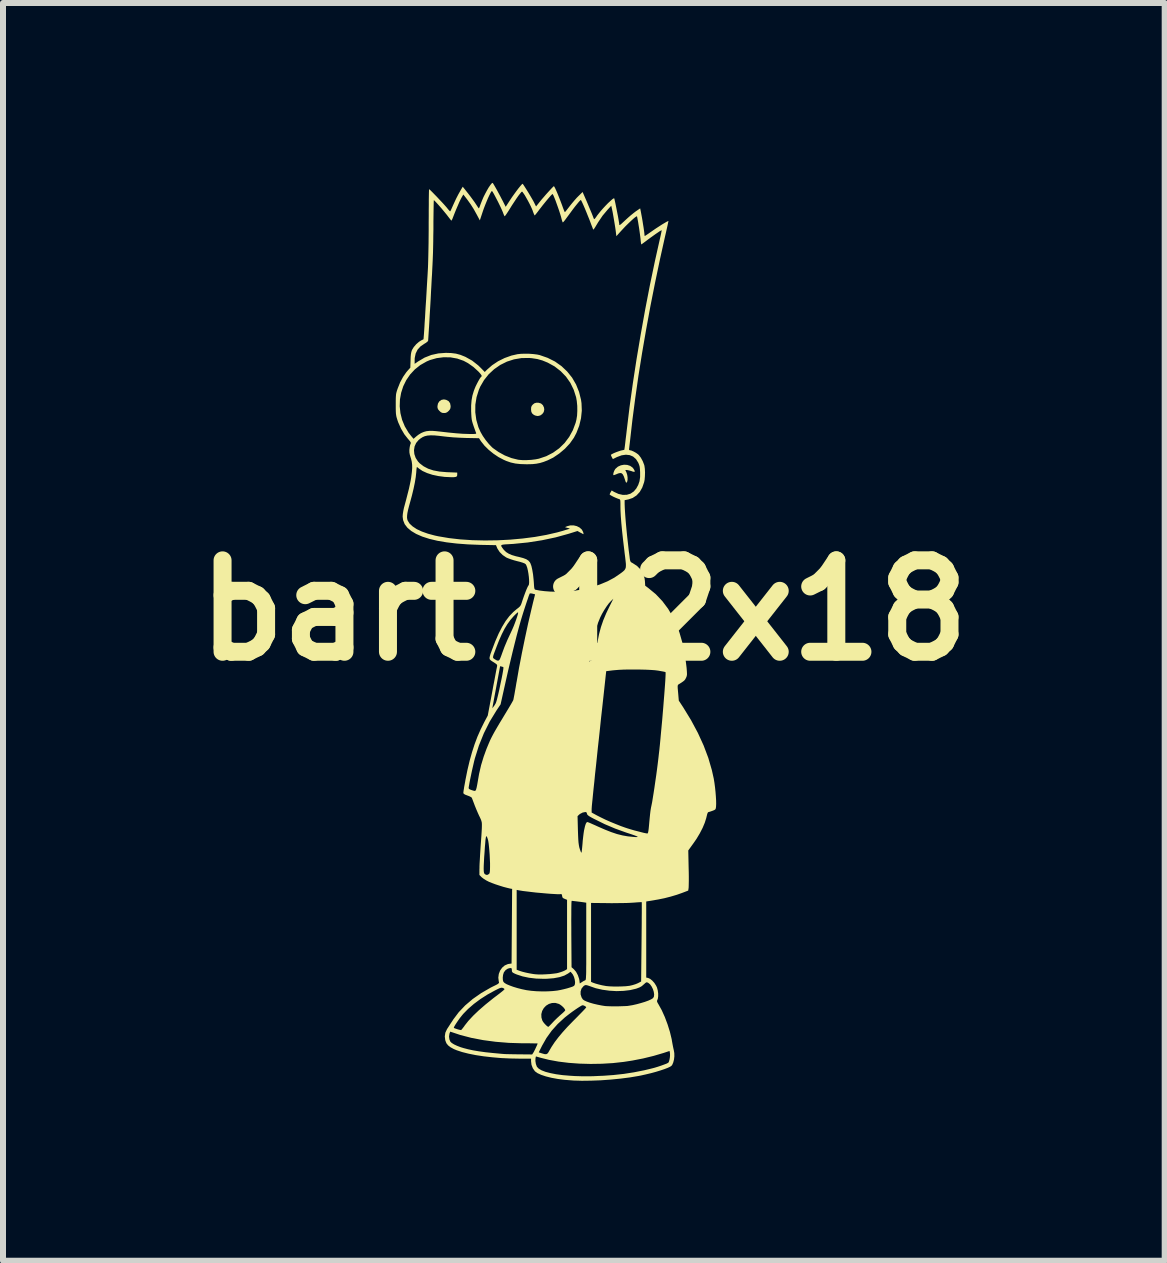
<source format=kicad_pcb>
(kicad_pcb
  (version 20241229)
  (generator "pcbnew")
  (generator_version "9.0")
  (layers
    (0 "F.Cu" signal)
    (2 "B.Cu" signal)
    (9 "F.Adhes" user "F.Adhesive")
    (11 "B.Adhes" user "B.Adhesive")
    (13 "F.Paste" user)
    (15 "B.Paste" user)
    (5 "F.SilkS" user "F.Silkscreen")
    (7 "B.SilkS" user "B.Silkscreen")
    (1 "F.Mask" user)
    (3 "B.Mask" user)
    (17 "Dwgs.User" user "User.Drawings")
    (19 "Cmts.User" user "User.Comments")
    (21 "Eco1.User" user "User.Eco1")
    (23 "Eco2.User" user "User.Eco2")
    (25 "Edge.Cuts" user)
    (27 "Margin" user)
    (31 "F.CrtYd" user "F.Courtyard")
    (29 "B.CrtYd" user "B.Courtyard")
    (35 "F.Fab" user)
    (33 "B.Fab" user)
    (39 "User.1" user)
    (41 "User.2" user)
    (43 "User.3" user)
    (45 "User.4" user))
  (footprint "bart 12x18"
    (layer "F.Cu")
    (at 6.684 7.127)
    (property "Reference" "bart 12x18" (at 0 0 0) (layer "F.SilkS") (effects (font (size 1.524 1.524) (thickness 0.3))))
    (attr board_only exclude_from_pos_files exclude_from_bom)
    (fp_poly (pts (xy -2.296 -3.511) (xy -2.255 -3.489) (xy -2.23 -3.454) (xy -2.221 -3.407) (xy -2.221 -3.404) (xy -2.224 -3.372) (xy -2.235 -3.348) (xy -2.255 -3.325) (xy -2.281 -3.303) (xy -2.306 -3.293) (xy -2.331 -3.291) (xy -2.362 -3.294) (xy -2.386 -3.306) (xy -2.407 -3.325) (xy -2.429 -3.351) (xy -2.439 -3.375) (xy -2.441 -3.404) (xy -2.432 -3.45) (xy -2.409 -3.486) (xy -2.375 -3.51) (xy -2.333 -3.518)) (stroke (width 0) (type solid)) (fill yes) (layer "F.SilkS"))
    (fp_poly (pts (xy -0.755 -3.462) (xy -0.714 -3.45) (xy -0.683 -3.422) (xy -0.664 -3.381) (xy -0.66 -3.346) (xy -0.669 -3.307) (xy -0.694 -3.273) (xy -0.728 -3.25) (xy -0.767 -3.241) (xy -0.8 -3.246) (xy -0.828 -3.257) (xy -0.831 -3.258) (xy -0.86 -3.282) (xy -0.875 -3.309) (xy -0.88 -3.345) (xy -0.88 -3.355) (xy -0.878 -3.388) (xy -0.868 -3.412) (xy -0.851 -3.432) (xy -0.825 -3.453) (xy -0.795 -3.462)) (stroke (width 0) (type solid)) (fill yes) (layer "F.SilkS"))
    (fp_poly (pts (xy 0.723 -2.426) (xy 0.772 -2.41) (xy 0.812 -2.382) (xy 0.83 -2.359) (xy 0.846 -2.33) (xy 0.849 -2.314) (xy 0.837 -2.31) (xy 0.808 -2.317) (xy 0.796 -2.322) (xy 0.761 -2.332) (xy 0.73 -2.339) (xy 0.716 -2.341) (xy 0.691 -2.341) (xy 0.711 -2.298) (xy 0.723 -2.26) (xy 0.729 -2.218) (xy 0.729 -2.177) (xy 0.722 -2.145) (xy 0.717 -2.137) (xy 0.71 -2.129) (xy 0.703 -2.133) (xy 0.695 -2.15) (xy 0.686 -2.178) (xy 0.668 -2.231) (xy 0.65 -2.267) (xy 0.631 -2.286) (xy 0.606 -2.291) (xy 0.574 -2.284) (xy 0.541 -2.27) (xy 0.515 -2.26) (xy 0.497 -2.255) (xy 0.493 -2.255) (xy 0.49 -2.27) (xy 0.495 -2.296) (xy 0.506 -2.326) (xy 0.521 -2.353) (xy 0.528 -2.362) (xy 0.568 -2.397) (xy 0.617 -2.419) (xy 0.67 -2.429)) (stroke (width 0) (type solid)) (fill yes) (layer "F.SilkS"))
    (fp_poly (pts (xy -1.512 -7.117) (xy -1.497 -7.092) (xy -1.476 -7.056) (xy -1.451 -7.012) (xy -1.424 -6.962) (xy -1.397 -6.912) (xy -1.371 -6.862) (xy -1.347 -6.817) (xy -1.338 -6.798) (xy -1.303 -6.729) (xy -1.229 -6.843) (xy -1.197 -6.891) (xy -1.162 -6.94) (xy -1.127 -6.988) (xy -1.094 -7.032) (xy -1.064 -7.069) (xy -1.041 -7.096) (xy -1.026 -7.111) (xy -1.022 -7.113) (xy -1.014 -7.105) (xy -0.998 -7.082) (xy -0.977 -7.049) (xy -0.951 -7.008) (xy -0.923 -6.963) (xy -0.895 -6.916) (xy -0.868 -6.87) (xy -0.845 -6.83) (xy -0.828 -6.798) (xy -0.825 -6.791) (xy -0.797 -6.735) (xy -0.732 -6.816) (xy -0.703 -6.852) (xy -0.668 -6.892) (xy -0.632 -6.934) (xy -0.595 -6.975) (xy -0.561 -7.012) (xy -0.532 -7.043) (xy -0.511 -7.064) (xy -0.5 -7.073) (xy -0.499 -7.073) (xy -0.492 -7.064) (xy -0.479 -7.04) (xy -0.462 -7.003) (xy -0.442 -6.957) (xy -0.421 -6.905) (xy -0.399 -6.85) (xy -0.378 -6.795) (xy -0.364 -6.758) (xy -0.348 -6.713) (xy -0.334 -6.676) (xy -0.323 -6.65) (xy -0.316 -6.64) (xy -0.316 -6.64) (xy -0.308 -6.648) (xy -0.29 -6.67) (xy -0.266 -6.701) (xy -0.237 -6.738) (xy -0.236 -6.74) (xy -0.198 -6.787) (xy -0.156 -6.837) (xy -0.116 -6.882) (xy -0.091 -6.907) (xy -0.021 -6.976) (xy 0.005 -6.917) (xy 0.022 -6.878) (xy 0.043 -6.83) (xy 0.066 -6.776) (xy 0.089 -6.72) (xy 0.112 -6.666) (xy 0.133 -6.616) (xy 0.149 -6.575) (xy 0.16 -6.546) (xy 0.165 -6.535) (xy 0.169 -6.525) (xy 0.176 -6.525) (xy 0.187 -6.535) (xy 0.205 -6.559) (xy 0.221 -6.583) (xy 0.251 -6.621) (xy 0.286 -6.664) (xy 0.325 -6.708) (xy 0.365 -6.751) (xy 0.404 -6.791) (xy 0.441 -6.825) (xy 0.471 -6.852) (xy 0.493 -6.868) (xy 0.505 -6.871) (xy 0.506 -6.87) (xy 0.51 -6.859) (xy 0.516 -6.831) (xy 0.525 -6.791) (xy 0.535 -6.742) (xy 0.546 -6.687) (xy 0.557 -6.63) (xy 0.568 -6.575) (xy 0.577 -6.524) (xy 0.584 -6.482) (xy 0.589 -6.452) (xy 0.59 -6.439) (xy 0.591 -6.428) (xy 0.595 -6.424) (xy 0.604 -6.428) (xy 0.621 -6.441) (xy 0.647 -6.465) (xy 0.686 -6.501) (xy 0.689 -6.504) (xy 0.734 -6.545) (xy 0.782 -6.587) (xy 0.828 -6.624) (xy 0.863 -6.651) (xy 0.939 -6.703) (xy 0.95 -6.65) (xy 0.958 -6.606) (xy 0.968 -6.553) (xy 0.978 -6.495) (xy 0.987 -6.437) (xy 0.996 -6.381) (xy 1.003 -6.333) (xy 1.008 -6.295) (xy 1.01 -6.273) (xy 1.01 -6.272) (xy 1.012 -6.251) (xy 1.016 -6.242) (xy 1.026 -6.248) (xy 1.049 -6.263) (xy 1.08 -6.284) (xy 1.104 -6.301) (xy 1.153 -6.335) (xy 1.204 -6.37) (xy 1.255 -6.403) (xy 1.303 -6.434) (xy 1.345 -6.459) (xy 1.379 -6.479) (xy 1.402 -6.49) (xy 1.411 -6.493) (xy 1.411 -6.492) (xy 1.408 -6.48) (xy 1.402 -6.451) (xy 1.393 -6.408) (xy 1.381 -6.355) (xy 1.367 -6.292) (xy 1.356 -6.245) (xy 1.27 -5.858) (xy 1.188 -5.467) (xy 1.11 -5.074) (xy 1.038 -4.681) (xy 0.971 -4.293) (xy 0.91 -3.911) (xy 0.857 -3.539) (xy 0.81 -3.18) (xy 0.776 -2.881) (xy 0.77 -2.827) (xy 0.764 -2.777) (xy 0.759 -2.736) (xy 0.756 -2.709) (xy 0.755 -2.704) (xy 0.753 -2.681) (xy 0.76 -2.672) (xy 0.767 -2.671) (xy 0.794 -2.665) (xy 0.83 -2.649) (xy 0.868 -2.628) (xy 0.902 -2.604) (xy 0.917 -2.59) (xy 0.951 -2.545) (xy 0.982 -2.488) (xy 1.005 -2.429) (xy 1.01 -2.411) (xy 1.017 -2.361) (xy 1.02 -2.301) (xy 1.018 -2.237) (xy 1.013 -2.178) (xy 1.005 -2.138) (xy 0.974 -2.049) (xy 0.932 -1.975) (xy 0.878 -1.917) (xy 0.814 -1.875) (xy 0.741 -1.85) (xy 0.739 -1.85) (xy 0.68 -1.838) (xy 0.68 -1.777) (xy 0.682 -1.721) (xy 0.686 -1.649) (xy 0.692 -1.562) (xy 0.7 -1.463) (xy 0.71 -1.356) (xy 0.721 -1.244) (xy 0.734 -1.128) (xy 0.747 -1.012) (xy 0.762 -0.898) (xy 0.762 -0.897) (xy 0.767 -0.855) (xy 0.773 -0.828) (xy 0.78 -0.812) (xy 0.791 -0.801) (xy 0.808 -0.792) (xy 0.81 -0.791) (xy 0.886 -0.742) (xy 0.945 -0.683) (xy 0.987 -0.614) (xy 1.012 -0.536) (xy 1.018 -0.491) (xy 1.023 -0.412) (xy 1.074 -0.374) (xy 1.199 -0.271) (xy 1.309 -0.155) (xy 1.405 -0.027) (xy 1.488 0.115) (xy 1.559 0.272) (xy 1.595 0.372) (xy 1.646 0.55) (xy 1.685 0.743) (xy 1.705 0.89) (xy 1.713 0.957) (xy 1.717 1.008) (xy 1.719 1.045) (xy 1.719 1.073) (xy 1.715 1.095) (xy 1.708 1.114) (xy 1.7 1.131) (xy 1.689 1.151) (xy 1.675 1.168) (xy 1.654 1.185) (xy 1.622 1.207) (xy 1.577 1.235) (xy 1.576 1.235) (xy 1.57 1.241) (xy 1.566 1.251) (xy 1.564 1.269) (xy 1.565 1.298) (xy 1.569 1.342) (xy 1.572 1.375) (xy 1.583 1.504) (xy 1.656 1.615) (xy 1.787 1.829) (xy 1.901 2.042) (xy 1.997 2.252) (xy 2.075 2.459) (xy 2.134 2.662) (xy 2.166 2.805) (xy 2.177 2.873) (xy 2.187 2.948) (xy 2.195 3.025) (xy 2.201 3.1) (xy 2.205 3.168) (xy 2.206 3.225) (xy 2.204 3.268) (xy 2.204 3.271) (xy 2.2 3.299) (xy 2.193 3.316) (xy 2.178 3.327) (xy 2.15 3.339) (xy 2.144 3.341) (xy 2.113 3.352) (xy 2.09 3.359) (xy 2.081 3.361) (xy 2.073 3.364) (xy 2.065 3.374) (xy 2.057 3.395) (xy 2.048 3.431) (xy 2.04 3.464) (xy 2.016 3.54) (xy 1.98 3.626) (xy 1.933 3.717) (xy 1.878 3.809) (xy 1.826 3.884) (xy 1.741 4.002) (xy 1.747 4.289) (xy 1.749 4.366) (xy 1.75 4.438) (xy 1.75 4.503) (xy 1.749 4.557) (xy 1.748 4.598) (xy 1.747 4.622) (xy 1.747 4.624) (xy 1.74 4.671) (xy 1.638 4.71) (xy 1.55 4.741) (xy 1.449 4.771) (xy 1.344 4.798) (xy 1.241 4.819) (xy 1.2 4.826) (xy 1.155 4.834) (xy 1.113 4.841) (xy 1.082 4.846) (xy 1.073 4.847) (xy 1.04 4.853) (xy 1.04 6.121) (xy 1.072 6.128) (xy 1.105 6.143) (xy 1.141 6.172) (xy 1.176 6.211) (xy 1.204 6.255) (xy 1.219 6.286) (xy 1.232 6.334) (xy 1.239 6.385) (xy 1.239 6.435) (xy 1.233 6.476) (xy 1.226 6.492) (xy 1.22 6.508) (xy 1.221 6.523) (xy 1.231 6.545) (xy 1.242 6.563) (xy 1.298 6.664) (xy 1.35 6.779) (xy 1.396 6.902) (xy 1.435 7.027) (xy 1.464 7.147) (xy 1.469 7.178) (xy 1.478 7.228) (xy 1.487 7.275) (xy 1.495 7.312) (xy 1.5 7.333) (xy 1.508 7.38) (xy 1.509 7.434) (xy 1.503 7.488) (xy 1.49 7.538) (xy 1.473 7.577) (xy 1.461 7.592) (xy 1.438 7.608) (xy 1.397 7.627) (xy 1.342 7.648) (xy 1.276 7.67) (xy 1.201 7.693) (xy 1.12 7.715) (xy 1.036 7.735) (xy 0.951 7.754) (xy 0.91 7.762) (xy 0.766 7.786) (xy 0.61 7.806) (xy 0.447 7.822) (xy 0.282 7.834) (xy 0.121 7.84) (xy -0.032 7.842) (xy -0.172 7.838) (xy -0.195 7.836) (xy -0.321 7.826) (xy -0.437 7.811) (xy -0.541 7.792) (xy -0.633 7.769) (xy -0.711 7.743) (xy -0.772 7.715) (xy -0.815 7.684) (xy -0.818 7.68) (xy -0.851 7.633) (xy -0.873 7.575) (xy -0.88 7.517) (xy -0.88 7.511) (xy -0.808 7.511) (xy -0.8 7.561) (xy -0.784 7.605) (xy -0.781 7.61) (xy -0.752 7.64) (xy -0.704 7.668) (xy -0.639 7.693) (xy -0.558 7.714) (xy -0.462 7.733) (xy -0.351 7.748) (xy -0.228 7.758) (xy -0.15 7.763) (xy -0.083 7.765) (xy -0.022 7.767) (xy 0.037 7.767) (xy 0.1 7.767) (xy 0.171 7.765) (xy 0.253 7.761) (xy 0.33 7.758) (xy 0.494 7.746) (xy 0.667 7.727) (xy 0.84 7.7) (xy 1.006 7.667) (xy 1.115 7.641) (xy 1.174 7.626) (xy 1.233 7.608) (xy 1.29 7.589) (xy 1.339 7.571) (xy 1.379 7.556) (xy 1.404 7.543) (xy 1.408 7.541) (xy 1.418 7.524) (xy 1.427 7.493) (xy 1.434 7.455) (xy 1.437 7.417) (xy 1.436 7.385) (xy 1.436 7.384) (xy 1.429 7.345) (xy 1.326 7.379) (xy 1.163 7.427) (xy 0.987 7.47) (xy 0.807 7.505) (xy 0.665 7.527) (xy 0.484 7.547) (xy 0.299 7.558) (xy 0.112 7.561) (xy -0.073 7.556) (xy -0.252 7.543) (xy -0.423 7.522) (xy -0.581 7.493) (xy -0.718 7.459) (xy -0.799 7.436) (xy -0.806 7.465) (xy -0.808 7.511) (xy -0.88 7.511) (xy -0.88 7.473) (xy -1.073 7.473) (xy -1.228 7.47) (xy -1.38 7.463) (xy -1.528 7.45) (xy -1.67 7.434) (xy -1.802 7.414) (xy -1.922 7.39) (xy -2.029 7.363) (xy -2.12 7.333) (xy -2.166 7.314) (xy -2.223 7.283) (xy -2.263 7.252) (xy -2.291 7.217) (xy -2.308 7.174) (xy -2.311 7.163) (xy -2.318 7.105) (xy -2.248 7.105) (xy -2.241 7.153) (xy -2.225 7.19) (xy -2.203 7.211) (xy -2.165 7.235) (xy -2.114 7.259) (xy -2.054 7.282) (xy -2.005 7.297) (xy -1.928 7.317) (xy -1.844 7.335) (xy -1.748 7.351) (xy -1.64 7.366) (xy -1.516 7.379) (xy -1.376 7.392) (xy -1.326 7.396) (xy -1.304 7.397) (xy -1.265 7.398) (xy -1.214 7.399) (xy -1.154 7.4) (xy -1.089 7.401) (xy -1.074 7.401) (xy -0.862 7.403) (xy -0.843 7.375) (xy -0.839 7.368) (xy -0.752 7.368) (xy -0.699 7.385) (xy -0.657 7.397) (xy -0.629 7.399) (xy -0.608 7.389) (xy -0.591 7.368) (xy -0.583 7.353) (xy -0.538 7.276) (xy -0.487 7.199) (xy -0.427 7.12) (xy -0.357 7.036) (xy -0.275 6.945) (xy -0.179 6.846) (xy -0.141 6.808) (xy -0.092 6.758) (xy -0.048 6.713) (xy -0.011 6.675) (xy 0.018 6.644) (xy 0.035 6.624) (xy 0.04 6.617) (xy 0.032 6.606) (xy 0.012 6.593) (xy -0.01 6.584) (xy -0.022 6.583) (xy -0.037 6.588) (xy -0.064 6.604) (xy -0.102 6.628) (xy -0.145 6.657) (xy -0.192 6.69) (xy -0.239 6.725) (xy -0.283 6.759) (xy -0.316 6.785) (xy -0.435 6.894) (xy -0.537 7.008) (xy -0.623 7.128) (xy -0.696 7.256) (xy -0.752 7.368) (xy -0.839 7.368) (xy -0.833 7.358) (xy -0.819 7.33) (xy -0.803 7.297) (xy -0.788 7.264) (xy -0.776 7.237) (xy -0.771 7.221) (xy -0.77 7.22) (xy -0.78 7.219) (xy -0.807 7.219) (xy -0.848 7.218) (xy -0.902 7.217) (xy -0.964 7.217) (xy -1.018 7.217) (xy -1.248 7.21) (xy -1.469 7.192) (xy -1.679 7.164) (xy -1.877 7.126) (xy -2.061 7.078) (xy -2.136 7.053) (xy -2.175 7.04) (xy -2.206 7.03) (xy -2.224 7.024) (xy -2.228 7.023) (xy -2.231 7.031) (xy -2.239 7.052) (xy -2.241 7.058) (xy -2.248 7.105) (xy -2.318 7.105) (xy -2.318 7.1) (xy -2.309 7.04) (xy -2.281 6.98) (xy -2.272 6.966) (xy -2.266 6.957) (xy -2.168 6.957) (xy -2.168 6.959) (xy -2.154 6.967) (xy -2.128 6.976) (xy -2.097 6.986) (xy -2.069 6.993) (xy -2.049 6.996) (xy -2.046 6.996) (xy -2.036 6.986) (xy -2.018 6.964) (xy -1.995 6.934) (xy -1.986 6.92) (xy -1.925 6.843) (xy -1.847 6.759) (xy -1.818 6.731) (xy -0.709 6.731) (xy -0.707 6.788) (xy -0.692 6.838) (xy -0.677 6.863) (xy -0.655 6.89) (xy -0.63 6.916) (xy -0.608 6.935) (xy -0.592 6.943) (xy -0.592 6.943) (xy -0.583 6.936) (xy -0.564 6.917) (xy -0.538 6.89) (xy -0.527 6.878) (xy -0.492 6.841) (xy -0.449 6.799) (xy -0.406 6.759) (xy -0.39 6.745) (xy -0.357 6.716) (xy -0.33 6.691) (xy -0.314 6.673) (xy -0.31 6.666) (xy -0.318 6.647) (xy -0.337 6.622) (xy -0.364 6.596) (xy -0.393 6.574) (xy -0.415 6.561) (xy -0.473 6.544) (xy -0.53 6.545) (xy -0.583 6.561) (xy -0.63 6.59) (xy -0.668 6.63) (xy -0.695 6.678) (xy -0.709 6.731) (xy -1.818 6.731) (xy -1.752 6.668) (xy -1.639 6.57) (xy -1.51 6.466) (xy -1.406 6.387) (xy -1.372 6.36) (xy -1.362 6.352) (xy -0.054 6.352) (xy -0.054 6.402) (xy -0.038 6.452) (xy -0.017 6.485) (xy 0.006 6.502) (xy 0.045 6.52) (xy 0.097 6.539) (xy 0.159 6.557) (xy 0.227 6.573) (xy 0.298 6.587) (xy 0.355 6.596) (xy 0.389 6.598) (xy 0.438 6.6) (xy 0.497 6.601) (xy 0.56 6.601) (xy 0.622 6.599) (xy 0.679 6.597) (xy 0.724 6.595) (xy 0.745 6.592) (xy 0.812 6.581) (xy 0.882 6.565) (xy 0.952 6.546) (xy 1.018 6.526) (xy 1.076 6.505) (xy 1.122 6.484) (xy 1.152 6.465) (xy 1.153 6.465) (xy 1.168 6.439) (xy 1.172 6.403) (xy 1.166 6.36) (xy 1.152 6.315) (xy 1.131 6.272) (xy 1.105 6.235) (xy 1.075 6.21) (xy 1.071 6.208) (xy 1.055 6.201) (xy 1.042 6.201) (xy 1.027 6.21) (xy 1.004 6.231) (xy 0.997 6.237) (xy 0.966 6.264) (xy 0.931 6.284) (xy 0.887 6.301) (xy 0.87 6.307) (xy 0.772 6.33) (xy 0.662 6.343) (xy 0.545 6.347) (xy 0.426 6.34) (xy 0.309 6.324) (xy 0.199 6.299) (xy 0.135 6.277) (xy 0.088 6.26) (xy 0.056 6.25) (xy 0.034 6.246) (xy 0.018 6.249) (xy 0.003 6.258) (xy -0.008 6.267) (xy -0.039 6.305) (xy -0.054 6.352) (xy -1.362 6.352) (xy -1.345 6.338) (xy -1.327 6.321) (xy -1.323 6.316) (xy -1.329 6.305) (xy -1.348 6.295) (xy -1.35 6.294) (xy -1.365 6.291) (xy -1.38 6.291) (xy -1.401 6.297) (xy -1.43 6.31) (xy -1.472 6.331) (xy -1.486 6.338) (xy -1.608 6.405) (xy -1.725 6.48) (xy -1.834 6.561) (xy -1.93 6.644) (xy -2.011 6.727) (xy -2.011 6.727) (xy -2.039 6.761) (xy -2.069 6.799) (xy -2.098 6.84) (xy -2.125 6.88) (xy -2.147 6.914) (xy -2.162 6.941) (xy -2.168 6.957) (xy -2.266 6.957) (xy -2.249 6.931) (xy -2.221 6.887) (xy -2.19 6.841) (xy -2.177 6.82) (xy -2.086 6.699) (xy -1.978 6.585) (xy -1.852 6.478) (xy -1.71 6.379) (xy -1.552 6.288) (xy -1.508 6.266) (xy -1.465 6.245) (xy -1.437 6.23) (xy -1.422 6.218) (xy -1.415 6.208) (xy -1.415 6.197) (xy -1.418 6.188) (xy -1.426 6.123) (xy -1.426 6.122) (xy -1.352 6.122) (xy -1.35 6.164) (xy -1.341 6.192) (xy -1.322 6.211) (xy -1.287 6.232) (xy -1.237 6.253) (xy -1.177 6.275) (xy -1.108 6.296) (xy -1.034 6.315) (xy -0.957 6.331) (xy -0.95 6.332) (xy -0.876 6.342) (xy -0.789 6.349) (xy -0.696 6.352) (xy -0.604 6.351) (xy -0.518 6.346) (xy -0.445 6.338) (xy -0.445 6.338) (xy -0.39 6.328) (xy -0.333 6.315) (xy -0.278 6.301) (xy -0.229 6.286) (xy -0.19 6.273) (xy -0.166 6.261) (xy -0.161 6.257) (xy -0.149 6.233) (xy -0.146 6.197) (xy -0.152 6.154) (xy -0.164 6.111) (xy -0.183 6.071) (xy -0.202 6.046) (xy -0.222 6.024) (xy -0.262 6.053) (xy -0.325 6.088) (xy -0.405 6.114) (xy -0.502 6.132) (xy -0.613 6.141) (xy -0.672 6.142) (xy -0.796 6.138) (xy -0.915 6.124) (xy -1.023 6.101) (xy -1.118 6.07) (xy -1.147 6.058) (xy -1.177 6.043) (xy -1.193 6.031) (xy -1.199 6.017) (xy -1.2 5.998) (xy -1.202 5.974) (xy -1.21 5.964) (xy -1.228 5.962) (xy -1.267 5.972) (xy -1.304 5.996) (xy -1.332 6.032) (xy -1.335 6.038) (xy -1.347 6.077) (xy -1.352 6.122) (xy -1.426 6.122) (xy -1.418 6.061) (xy -1.396 6.004) (xy -1.362 5.956) (xy -1.319 5.919) (xy -1.266 5.896) (xy -1.248 5.893) (xy -1.205 5.887) (xy -1.196 4.66) (xy -1.12 4.66) (xy -1.12 5.991) (xy -1.066 6.011) (xy -1.025 6.024) (xy -0.97 6.038) (xy -0.907 6.051) (xy -0.843 6.062) (xy -0.81 6.066) (xy -0.765 6.069) (xy -0.705 6.07) (xy -0.639 6.067) (xy -0.57 6.063) (xy -0.506 6.056) (xy -0.453 6.049) (xy -0.427 6.043) (xy -0.384 6.03) (xy -0.345 6.016) (xy -0.317 6.003) (xy -0.314 6.002) (xy -0.28 5.981) (xy -0.28 5.171) (xy -0.21 5.171) (xy -0.209 5.283) (xy -0.209 5.395) (xy -0.205 5.949) (xy -0.168 5.981) (xy -0.13 6.025) (xy -0.1 6.081) (xy -0.079 6.142) (xy -0.074 6.169) (xy -0.068 6.22) (xy -0.033 6.197) (xy -0.006 6.18) (xy 0.017 6.169) (xy 0.021 6.167) (xy 0.025 6.165) (xy 0.028 6.162) (xy 0.031 6.155) (xy 0.033 6.143) (xy 0.035 6.126) (xy 0.036 6.1) (xy 0.038 6.066) (xy 0.039 6.021) (xy 0.039 5.964) (xy 0.04 5.893) (xy 0.04 5.808) (xy 0.04 5.706) (xy 0.04 5.587) (xy 0.04 5.517) (xy 0.04 4.877) (xy 0.12 4.877) (xy 0.12 6.193) (xy 0.153 6.207) (xy 0.193 6.221) (xy 0.246 6.236) (xy 0.304 6.25) (xy 0.359 6.26) (xy 0.368 6.262) (xy 0.42 6.267) (xy 0.485 6.27) (xy 0.556 6.271) (xy 0.628 6.269) (xy 0.695 6.266) (xy 0.749 6.26) (xy 0.764 6.258) (xy 0.811 6.247) (xy 0.86 6.232) (xy 0.899 6.216) (xy 0.899 6.216) (xy 0.955 6.187) (xy 0.962 5.527) (xy 0.963 5.414) (xy 0.964 5.307) (xy 0.965 5.208) (xy 0.965 5.118) (xy 0.966 5.039) (xy 0.966 4.972) (xy 0.966 4.92) (xy 0.966 4.884) (xy 0.965 4.866) (xy 0.965 4.864) (xy 0.955 4.863) (xy 0.928 4.865) (xy 0.889 4.867) (xy 0.841 4.871) (xy 0.824 4.872) (xy 0.774 4.875) (xy 0.708 4.878) (xy 0.631 4.879) (xy 0.547 4.88) (xy 0.461 4.881) (xy 0.403 4.88) (xy 0.12 4.877) (xy 0.04 4.877) (xy 0.04 4.873) (xy 0.008 4.868) (xy -0.019 4.864) (xy -0.056 4.859) (xy -0.097 4.854) (xy -0.138 4.849) (xy -0.173 4.845) (xy -0.196 4.842) (xy -0.203 4.842) (xy -0.205 4.852) (xy -0.207 4.881) (xy -0.208 4.928) (xy -0.209 4.993) (xy -0.209 5.074) (xy -0.21 5.171) (xy -0.28 5.171) (xy -0.28 4.825) (xy -0.319 4.809) (xy -0.345 4.797) (xy -0.358 4.782) (xy -0.362 4.76) (xy -0.367 4.737) (xy -0.377 4.729) (xy -0.378 4.729) (xy -0.402 4.731) (xy -0.443 4.731) (xy -0.498 4.728) (xy -0.564 4.724) (xy -0.637 4.718) (xy -0.715 4.711) (xy -0.795 4.704) (xy -0.873 4.695) (xy -0.947 4.686) (xy -1.014 4.678) (xy -1.07 4.669) (xy -1.088 4.666) (xy -1.12 4.66) (xy -1.196 4.66) (xy -1.195 4.643) (xy -1.23 4.637) (xy -1.28 4.625) (xy -1.341 4.609) (xy -1.408 4.588) (xy -1.475 4.566) (xy -1.534 4.544) (xy -1.582 4.525) (xy -1.585 4.523) (xy -1.628 4.501) (xy -1.668 4.476) (xy -1.698 4.453) (xy -1.704 4.448) (xy -1.741 4.411) (xy -1.741 4.309) (xy -1.74 4.302) (xy -1.67 4.302) (xy -1.669 4.337) (xy -1.667 4.362) (xy -1.662 4.379) (xy -1.656 4.391) (xy -1.654 4.394) (xy -1.629 4.409) (xy -1.601 4.407) (xy -1.578 4.39) (xy -1.573 4.382) (xy -1.568 4.361) (xy -1.565 4.323) (xy -1.564 4.273) (xy -1.564 4.213) (xy -1.567 4.146) (xy -1.57 4.077) (xy -1.575 4.009) (xy -1.581 3.945) (xy -1.587 3.888) (xy -1.594 3.842) (xy -1.602 3.811) (xy -1.611 3.786) (xy -1.618 3.77) (xy -1.625 3.764) (xy -1.63 3.771) (xy -1.635 3.791) (xy -1.64 3.826) (xy -1.644 3.877) (xy -1.65 3.945) (xy -1.655 4.024) (xy -1.662 4.118) (xy -1.666 4.195) (xy -1.669 4.255) (xy -1.67 4.302) (xy -1.74 4.302) (xy -1.74 4.27) (xy -1.738 4.216) (xy -1.734 4.15) (xy -1.73 4.076) (xy -1.725 3.998) (xy -1.721 3.937) (xy -1.714 3.837) (xy -1.708 3.755) (xy -1.704 3.689) (xy -1.701 3.636) (xy -1.7 3.594) (xy -1.7 3.561) (xy -1.702 3.535) (xy -1.707 3.514) (xy -1.713 3.495) (xy -1.721 3.476) (xy -1.731 3.454) (xy -1.742 3.431) (xy -1.743 3.43) (xy -0.105 3.43) (xy -0.099 3.663) (xy -0.096 3.748) (xy -0.093 3.815) (xy -0.089 3.869) (xy -0.083 3.913) (xy -0.076 3.95) (xy -0.066 3.983) (xy -0.054 4.015) (xy -0.05 4.027) (xy -0.045 4.036) (xy -0.041 4.038) (xy -0.037 4.029) (xy -0.034 4.007) (xy -0.03 3.971) (xy -0.025 3.918) (xy -0.023 3.897) (xy -0.018 3.834) (xy -0.011 3.772) (xy -0.004 3.715) (xy 0.003 3.67) (xy 0.006 3.656) (xy 0.019 3.598) (xy 0.032 3.558) (xy 0.045 3.535) (xy 0.059 3.528) (xy 0.06 3.528) (xy 0.074 3.533) (xy 0.102 3.544) (xy 0.142 3.562) (xy 0.19 3.583) (xy 0.229 3.601) (xy 0.348 3.653) (xy 0.454 3.695) (xy 0.552 3.728) (xy 0.644 3.751) (xy 0.734 3.767) (xy 0.825 3.776) (xy 0.862 3.779) (xy 0.886 3.779) (xy 0.897 3.777) (xy 0.894 3.771) (xy 0.875 3.762) (xy 0.841 3.749) (xy 0.789 3.731) (xy 0.719 3.708) (xy 0.704 3.703) (xy 0.524 3.638) (xy 0.349 3.564) (xy 0.171 3.476) (xy 0.165 3.473) (xy 0.118 3.448) (xy 0.086 3.429) (xy 0.067 3.414) (xy 0.056 3.402) (xy 0.052 3.389) (xy 0.052 3.388) (xy 0.046 3.37) (xy 0.13 3.37) (xy 0.216 3.417) (xy 0.281 3.45) (xy 0.359 3.488) (xy 0.445 3.526) (xy 0.533 3.562) (xy 0.616 3.595) (xy 0.68 3.618) (xy 0.728 3.634) (xy 0.784 3.651) (xy 0.842 3.668) (xy 0.901 3.683) (xy 0.955 3.697) (xy 1.002 3.709) (xy 1.037 3.716) (xy 1.058 3.719) (xy 1.06 3.719) (xy 1.066 3.714) (xy 1.071 3.701) (xy 1.076 3.677) (xy 1.081 3.64) (xy 1.086 3.588) (xy 1.092 3.521) (xy 1.098 3.458) (xy 1.104 3.399) (xy 1.11 3.348) (xy 1.116 3.309) (xy 1.12 3.287) (xy 1.12 3.286) (xy 1.128 3.249) (xy 1.139 3.194) (xy 1.15 3.125) (xy 1.163 3.044) (xy 1.177 2.953) (xy 1.191 2.855) (xy 1.206 2.753) (xy 1.22 2.649) (xy 1.233 2.546) (xy 1.245 2.446) (xy 1.25 2.4) (xy 1.259 2.324) (xy 1.268 2.237) (xy 1.277 2.142) (xy 1.286 2.041) (xy 1.296 1.936) (xy 1.306 1.829) (xy 1.315 1.721) (xy 1.324 1.615) (xy 1.332 1.512) (xy 1.34 1.414) (xy 1.347 1.323) (xy 1.353 1.241) (xy 1.358 1.169) (xy 1.361 1.111) (xy 1.363 1.066) (xy 1.363 1.039) (xy 1.362 1.029) (xy 1.35 1.025) (xy 1.323 1.019) (xy 1.284 1.012) (xy 1.24 1.004) (xy 1.185 0.997) (xy 1.114 0.992) (xy 1.03 0.988) (xy 0.939 0.986) (xy 0.844 0.985) (xy 0.75 0.985) (xy 0.659 0.987) (xy 0.577 0.991) (xy 0.507 0.997) (xy 0.484 0.999) (xy 0.373 1.013) (xy 0.367 1.064) (xy 0.347 1.249) (xy 0.327 1.433) (xy 0.307 1.615) (xy 0.287 1.793) (xy 0.269 1.967) (xy 0.251 2.135) (xy 0.233 2.296) (xy 0.217 2.45) (xy 0.202 2.594) (xy 0.187 2.729) (xy 0.175 2.852) (xy 0.163 2.963) (xy 0.153 3.061) (xy 0.145 3.144) (xy 0.138 3.212) (xy 0.133 3.262) (xy 0.131 3.295) (xy 0.13 3.308) (xy 0.13 3.37) (xy 0.046 3.37) (xy 0.045 3.368) (xy 0.028 3.361) (xy 0.025 3.361) (xy -0.02 3.37) (xy -0.064 3.393) (xy -0.08 3.406) (xy -0.105 3.43) (xy -1.743 3.43) (xy -1.767 3.377) (xy -1.794 3.314) (xy -1.818 3.255) (xy -1.825 3.236) (xy -1.841 3.194) (xy -1.855 3.157) (xy -1.865 3.131) (xy -1.869 3.122) (xy -1.882 3.112) (xy -1.909 3.098) (xy -1.941 3.086) (xy -1.98 3.071) (xy -2.001 3.058) (xy -2.009 3.045) (xy -2.008 3.03) (xy -2.004 2.998) (xy -1.998 2.963) (xy -1.921 2.963) (xy -1.913 2.977) (xy -1.887 2.99) (xy -1.873 2.995) (xy -1.841 3.005) (xy -1.823 3.009) (xy -1.812 3.008) (xy -1.805 3.001) (xy -1.801 2.997) (xy -1.795 2.981) (xy -1.787 2.951) (xy -1.779 2.911) (xy -1.775 2.889) (xy -1.747 2.727) (xy -1.713 2.579) (xy -1.67 2.438) (xy -1.624 2.311) (xy -1.602 2.258) (xy -1.582 2.21) (xy -1.562 2.164) (xy -1.54 2.119) (xy -1.515 2.071) (xy -1.486 2.018) (xy -1.451 1.958) (xy -1.41 1.888) (xy -1.36 1.806) (xy -1.306 1.716) (xy -1.271 1.658) (xy -1.239 1.605) (xy -1.212 1.559) (xy -1.192 1.524) (xy -1.18 1.502) (xy -1.177 1.496) (xy -1.173 1.481) (xy -1.167 1.449) (xy -1.158 1.403) (xy -1.148 1.345) (xy -1.136 1.278) (xy -1.124 1.205) (xy -1.12 1.186) (xy -1.08 0.955) (xy -1.06 0.853) (xy 0.088 0.853) (xy 0.195 0.795) (xy 0.211 0.65) (xy 0.23 0.515) (xy 0.254 0.393) (xy 0.285 0.278) (xy 0.324 0.164) (xy 0.374 0.045) (xy 0.422 -0.055) (xy 0.492 -0.195) (xy 0.451 -0.155) (xy 0.416 -0.117) (xy 0.378 -0.065) (xy 0.339 -0.005) (xy 0.302 0.059) (xy 0.273 0.117) (xy 0.238 0.203) (xy 0.203 0.304) (xy 0.17 0.415) (xy 0.141 0.529) (xy 0.117 0.642) (xy 0.1 0.748) (xy 0.095 0.789) (xy 0.088 0.853) (xy -1.06 0.853) (xy -1.033 0.712) (xy -0.982 0.464) (xy -0.929 0.217) (xy -0.873 -0.023) (xy -0.847 -0.132) (xy -0.813 -0.268) (xy -0.854 -0.279) (xy -0.881 -0.284) (xy -0.899 -0.284) (xy -0.902 -0.282) (xy -0.908 -0.269) (xy -0.919 -0.241) (xy -0.933 -0.198) (xy -0.951 -0.146) (xy -0.971 -0.086) (xy -0.992 -0.022) (xy -1.013 0.044) (xy -1.033 0.109) (xy -1.051 0.169) (xy -1.057 0.19) (xy -1.086 0.293) (xy -1.118 0.413) (xy -1.152 0.547) (xy -1.188 0.692) (xy -1.225 0.847) (xy -1.263 1.007) (xy -1.3 1.171) (xy -1.31 1.216) (xy -1.388 1.566) (xy -1.459 1.672) (xy -1.57 1.854) (xy -1.667 2.048) (xy -1.75 2.254) (xy -1.817 2.467) (xy -1.83 2.518) (xy -1.841 2.566) (xy -1.854 2.622) (xy -1.868 2.684) (xy -1.881 2.747) (xy -1.894 2.809) (xy -1.905 2.864) (xy -1.913 2.911) (xy -1.919 2.945) (xy -1.921 2.963) (xy -1.998 2.963) (xy -1.997 2.953) (xy -1.987 2.899) (xy -1.976 2.839) (xy -1.976 2.836) (xy -1.941 2.662) (xy -1.904 2.506) (xy -1.864 2.363) (xy -1.821 2.23) (xy -1.774 2.105) (xy -1.72 1.983) (xy -1.661 1.864) (xy -1.602 1.753) (xy -1.579 1.631) (xy -1.526 1.631) (xy -1.519 1.623) (xy -1.505 1.604) (xy -1.491 1.585) (xy -1.48 1.567) (xy -1.469 1.548) (xy -1.46 1.523) (xy -1.45 1.49) (xy -1.439 1.446) (xy -1.425 1.388) (xy -1.41 1.322) (xy -1.39 1.225) (xy -1.372 1.141) (xy -1.358 1.07) (xy -1.348 1.013) (xy -1.342 0.973) (xy -1.341 0.951) (xy -1.342 0.946) (xy -1.353 0.941) (xy -1.371 0.936) (xy -1.396 0.93) (xy -1.461 1.28) (xy -1.476 1.361) (xy -1.49 1.435) (xy -1.502 1.501) (xy -1.512 1.555) (xy -1.52 1.596) (xy -1.524 1.622) (xy -1.526 1.631) (xy -1.579 1.631) (xy -1.526 1.349) (xy -1.51 1.261) (xy -1.494 1.179) (xy -1.48 1.104) (xy -1.468 1.04) (xy -1.458 0.987) (xy -1.45 0.949) (xy -1.446 0.928) (xy -1.446 0.924) (xy -1.446 0.911) (xy -1.457 0.896) (xy -1.481 0.879) (xy -1.499 0.867) (xy -1.533 0.846) (xy -1.555 0.83) (xy -1.569 0.813) (xy -1.573 0.794) (xy -1.571 0.784) (xy -1.514 0.784) (xy -1.51 0.795) (xy -1.502 0.802) (xy -1.49 0.811) (xy -1.484 0.815) (xy -1.45 0.834) (xy -1.427 0.838) (xy -1.409 0.827) (xy -1.398 0.808) (xy -1.387 0.781) (xy -1.373 0.744) (xy -1.361 0.71) (xy -1.324 0.61) (xy -1.277 0.498) (xy -1.222 0.379) (xy -1.213 0.36) (xy -1.192 0.314) (xy -1.17 0.263) (xy -1.149 0.209) (xy -1.13 0.157) (xy -1.114 0.11) (xy -1.102 0.071) (xy -1.096 0.043) (xy -1.097 0.031) (xy -1.105 0.035) (xy -1.124 0.051) (xy -1.15 0.076) (xy -1.167 0.093) (xy -1.223 0.157) (xy -1.274 0.227) (xy -1.322 0.306) (xy -1.368 0.397) (xy -1.415 0.503) (xy -1.453 0.6) (xy -1.477 0.664) (xy -1.495 0.711) (xy -1.507 0.745) (xy -1.513 0.769) (xy -1.514 0.784) (xy -1.571 0.784) (xy -1.568 0.767) (xy -1.557 0.728) (xy -1.538 0.676) (xy -1.535 0.668) (xy -1.478 0.518) (xy -1.421 0.387) (xy -1.363 0.274) (xy -1.304 0.177) (xy -1.242 0.095) (xy -1.177 0.027) (xy -1.122 -0.02) (xy -1.087 -0.047) (xy -1.065 -0.068) (xy -1.051 -0.089) (xy -1.04 -0.116) (xy -1.036 -0.128) (xy -1.018 -0.183) (xy -0.998 -0.24) (xy -0.978 -0.294) (xy -0.959 -0.343) (xy -0.942 -0.382) (xy -0.929 -0.408) (xy -0.922 -0.417) (xy -0.915 -0.434) (xy -0.912 -0.467) (xy -0.913 -0.51) (xy -0.917 -0.56) (xy -0.924 -0.614) (xy -0.933 -0.665) (xy -0.944 -0.712) (xy -0.957 -0.748) (xy -0.969 -0.77) (xy -0.985 -0.782) (xy -1.017 -0.795) (xy -1.065 -0.81) (xy -1.11 -0.821) (xy -1.166 -0.836) (xy -1.219 -0.853) (xy -1.265 -0.87) (xy -1.294 -0.883) (xy -1.353 -0.923) (xy -1.404 -0.974) (xy -1.441 -1.031) (xy -1.447 -1.045) (xy -1.465 -1.088) (xy -1.73 -1.093) (xy -1.933 -1.101) (xy -2.119 -1.115) (xy -2.288 -1.135) (xy -2.441 -1.161) (xy -2.576 -1.193) (xy -2.694 -1.231) (xy -2.795 -1.275) (xy -2.877 -1.324) (xy -2.941 -1.378) (xy -2.987 -1.438) (xy -3.013 -1.504) (xy -3.019 -1.547) (xy -2.948 -1.547) (xy -2.944 -1.52) (xy -2.937 -1.498) (xy -2.905 -1.447) (xy -2.854 -1.4) (xy -2.786 -1.355) (xy -2.7 -1.315) (xy -2.599 -1.279) (xy -2.483 -1.248) (xy -2.427 -1.236) (xy -2.25 -1.206) (xy -2.059 -1.184) (xy -1.858 -1.171) (xy -1.65 -1.166) (xy -1.439 -1.169) (xy -1.227 -1.18) (xy -1.019 -1.199) (xy -0.817 -1.225) (xy -0.626 -1.259) (xy -0.447 -1.3) (xy -0.353 -1.326) (xy -0.308 -1.34) (xy -0.271 -1.351) (xy -0.244 -1.359) (xy -0.233 -1.362) (xy -0.237 -1.364) (xy -0.255 -1.371) (xy -0.27 -1.375) (xy -0.315 -1.388) (xy -0.278 -1.404) (xy -0.225 -1.418) (xy -0.171 -1.418) (xy -0.117 -1.405) (xy -0.07 -1.381) (xy -0.033 -1.347) (xy -0.011 -1.305) (xy -0.011 -1.303) (xy -0.006 -1.281) (xy -0.005 -1.271) (xy -0.006 -1.271) (xy -0.016 -1.275) (xy -0.038 -1.287) (xy -0.058 -1.297) (xy -0.106 -1.324) (xy -0.256 -1.277) (xy -0.47 -1.218) (xy -0.697 -1.17) (xy -0.934 -1.133) (xy -1.176 -1.109) (xy -1.258 -1.104) (xy -1.312 -1.101) (xy -1.349 -1.097) (xy -1.37 -1.091) (xy -1.378 -1.083) (xy -1.376 -1.07) (xy -1.365 -1.052) (xy -1.364 -1.05) (xy -1.332 -1.007) (xy -1.296 -0.973) (xy -1.253 -0.946) (xy -1.2 -0.923) (xy -1.133 -0.903) (xy -1.08 -0.891) (xy -1.012 -0.873) (xy -0.961 -0.854) (xy -0.925 -0.831) (xy -0.9 -0.802) (xy -0.891 -0.786) (xy -0.874 -0.74) (xy -0.86 -0.677) (xy -0.847 -0.601) (xy -0.838 -0.515) (xy -0.834 -0.467) (xy -0.831 -0.417) (xy -0.828 -0.383) (xy -0.824 -0.363) (xy -0.819 -0.352) (xy -0.811 -0.346) (xy -0.803 -0.344) (xy -0.735 -0.331) (xy -0.653 -0.321) (xy -0.56 -0.314) (xy -0.462 -0.311) (xy -0.363 -0.312) (xy -0.267 -0.316) (xy -0.18 -0.325) (xy -0.175 -0.325) (xy -0.021 -0.351) (xy 0.127 -0.387) (xy 0.266 -0.432) (xy 0.394 -0.485) (xy 0.508 -0.546) (xy 0.599 -0.608) (xy 0.632 -0.632) (xy 0.657 -0.652) (xy 0.676 -0.67) (xy 0.689 -0.689) (xy 0.698 -0.711) (xy 0.701 -0.739) (xy 0.701 -0.775) (xy 0.696 -0.823) (xy 0.689 -0.885) (xy 0.679 -0.963) (xy 0.676 -0.991) (xy 0.655 -1.165) (xy 0.638 -1.319) (xy 0.625 -1.455) (xy 0.616 -1.572) (xy 0.611 -1.671) (xy 0.61 -1.733) (xy 0.61 -1.782) (xy 0.609 -1.816) (xy 0.607 -1.837) (xy 0.602 -1.848) (xy 0.595 -1.854) (xy 0.588 -1.856) (xy 0.56 -1.866) (xy 0.526 -1.88) (xy 0.491 -1.896) (xy 0.461 -1.912) (xy 0.439 -1.925) (xy 0.43 -1.933) (xy 0.435 -1.948) (xy 0.446 -1.97) (xy 0.447 -1.971) (xy 0.464 -2) (xy 0.504 -1.976) (xy 0.578 -1.942) (xy 0.65 -1.926) (xy 0.717 -1.928) (xy 0.779 -1.947) (xy 0.833 -1.984) (xy 0.875 -2.034) (xy 0.907 -2.093) (xy 0.928 -2.154) (xy 0.938 -2.223) (xy 0.938 -2.305) (xy 0.935 -2.356) (xy 0.931 -2.394) (xy 0.922 -2.426) (xy 0.91 -2.456) (xy 0.907 -2.463) (xy 0.869 -2.523) (xy 0.821 -2.565) (xy 0.765 -2.589) (xy 0.701 -2.596) (xy 0.63 -2.586) (xy 0.552 -2.557) (xy 0.54 -2.551) (xy 0.484 -2.523) (xy 0.465 -2.557) (xy 0.455 -2.58) (xy 0.451 -2.593) (xy 0.451 -2.595) (xy 0.47 -2.607) (xy 0.502 -2.623) (xy 0.541 -2.639) (xy 0.58 -2.653) (xy 0.614 -2.664) (xy 0.618 -2.665) (xy 0.675 -2.678) (xy 0.683 -2.732) (xy 0.686 -2.758) (xy 0.691 -2.8) (xy 0.697 -2.854) (xy 0.705 -2.917) (xy 0.713 -2.985) (xy 0.716 -3.011) (xy 0.762 -3.392) (xy 0.817 -3.787) (xy 0.879 -4.191) (xy 0.948 -4.601) (xy 1.022 -5.013) (xy 1.101 -5.422) (xy 1.185 -5.824) (xy 1.265 -6.182) (xy 1.277 -6.234) (xy 1.287 -6.28) (xy 1.294 -6.314) (xy 1.297 -6.335) (xy 1.297 -6.339) (xy 1.288 -6.335) (xy 1.265 -6.322) (xy 1.233 -6.3) (xy 1.193 -6.273) (xy 1.15 -6.242) (xy 1.105 -6.21) (xy 1.062 -6.178) (xy 1.04 -6.161) (xy 1.006 -6.136) (xy 0.979 -6.116) (xy 0.962 -6.104) (xy 0.958 -6.102) (xy 0.955 -6.112) (xy 0.951 -6.136) (xy 0.947 -6.171) (xy 0.946 -6.185) (xy 0.942 -6.22) (xy 0.936 -6.266) (xy 0.929 -6.318) (xy 0.921 -6.374) (xy 0.912 -6.429) (xy 0.904 -6.48) (xy 0.896 -6.522) (xy 0.89 -6.554) (xy 0.886 -6.57) (xy 0.885 -6.571) (xy 0.875 -6.568) (xy 0.853 -6.553) (xy 0.822 -6.527) (xy 0.784 -6.492) (xy 0.741 -6.451) (xy 0.695 -6.406) (xy 0.65 -6.358) (xy 0.613 -6.318) (xy 0.542 -6.239) (xy 0.535 -6.298) (xy 0.53 -6.338) (xy 0.522 -6.392) (xy 0.512 -6.454) (xy 0.501 -6.52) (xy 0.49 -6.584) (xy 0.48 -6.641) (xy 0.471 -6.684) (xy 0.469 -6.693) (xy 0.457 -6.747) (xy 0.398 -6.683) (xy 0.313 -6.582) (xy 0.238 -6.471) (xy 0.206 -6.418) (xy 0.186 -6.385) (xy 0.17 -6.361) (xy 0.159 -6.349) (xy 0.157 -6.349) (xy 0.151 -6.362) (xy 0.141 -6.389) (xy 0.126 -6.426) (xy 0.112 -6.464) (xy 0.09 -6.522) (xy 0.065 -6.583) (xy 0.041 -6.643) (xy 0.017 -6.701) (xy -0.005 -6.752) (xy -0.024 -6.794) (xy -0.039 -6.825) (xy -0.048 -6.841) (xy -0.05 -6.843) (xy -0.061 -6.835) (xy -0.082 -6.813) (xy -0.11 -6.779) (xy -0.145 -6.736) (xy -0.184 -6.685) (xy -0.225 -6.629) (xy -0.253 -6.591) (xy -0.285 -6.548) (xy -0.312 -6.511) (xy -0.334 -6.484) (xy -0.348 -6.47) (xy -0.351 -6.468) (xy -0.357 -6.48) (xy -0.365 -6.504) (xy -0.371 -6.525) (xy -0.381 -6.564) (xy -0.396 -6.613) (xy -0.413 -6.667) (xy -0.433 -6.724) (xy -0.453 -6.78) (xy -0.472 -6.833) (xy -0.49 -6.878) (xy -0.505 -6.914) (xy -0.517 -6.936) (xy -0.522 -6.943) (xy -0.532 -6.935) (xy -0.552 -6.915) (xy -0.58 -6.883) (xy -0.613 -6.844) (xy -0.65 -6.799) (xy -0.688 -6.752) (xy -0.725 -6.704) (xy -0.738 -6.688) (xy -0.767 -6.649) (xy -0.792 -6.617) (xy -0.81 -6.595) (xy -0.819 -6.585) (xy -0.819 -6.585) (xy -0.825 -6.593) (xy -0.835 -6.615) (xy -0.848 -6.648) (xy -0.853 -6.665) (xy -0.867 -6.698) (xy -0.886 -6.74) (xy -0.909 -6.786) (xy -0.935 -6.835) (xy -0.961 -6.881) (xy -0.985 -6.923) (xy -1.007 -6.955) (xy -1.023 -6.977) (xy -1.031 -6.983) (xy -1.042 -6.975) (xy -1.062 -6.951) (xy -1.09 -6.915) (xy -1.123 -6.868) (xy -1.16 -6.812) (xy -1.201 -6.75) (xy -1.231 -6.701) (xy -1.26 -6.655) (xy -1.285 -6.617) (xy -1.305 -6.588) (xy -1.318 -6.573) (xy -1.321 -6.571) (xy -1.328 -6.583) (xy -1.339 -6.608) (xy -1.35 -6.638) (xy -1.364 -6.671) (xy -1.383 -6.713) (xy -1.406 -6.761) (xy -1.431 -6.812) (xy -1.457 -6.862) (xy -1.481 -6.908) (xy -1.502 -6.947) (xy -1.519 -6.976) (xy -1.53 -6.991) (xy -1.532 -6.993) (xy -1.542 -6.984) (xy -1.557 -6.959) (xy -1.576 -6.921) (xy -1.598 -6.874) (xy -1.621 -6.819) (xy -1.645 -6.76) (xy -1.668 -6.7) (xy -1.686 -6.648) (xy -1.734 -6.503) (xy -1.788 -6.604) (xy -1.837 -6.692) (xy -1.886 -6.769) (xy -1.941 -6.846) (xy -1.964 -6.876) (xy -2.009 -6.934) (xy -2.036 -6.888) (xy -2.053 -6.856) (xy -2.075 -6.811) (xy -2.099 -6.755) (xy -2.125 -6.695) (xy -2.15 -6.634) (xy -2.172 -6.578) (xy -2.181 -6.555) (xy -2.193 -6.524) (xy -2.204 -6.504) (xy -2.21 -6.499) (xy -2.211 -6.5) (xy -2.219 -6.51) (xy -2.237 -6.533) (xy -2.262 -6.565) (xy -2.283 -6.593) (xy -2.31 -6.626) (xy -2.342 -6.665) (xy -2.377 -6.707) (xy -2.412 -6.747) (xy -2.445 -6.784) (xy -2.472 -6.813) (xy -2.492 -6.833) (xy -2.5 -6.84) (xy -2.502 -6.831) (xy -2.503 -6.804) (xy -2.504 -6.761) (xy -2.505 -6.705) (xy -2.506 -6.637) (xy -2.507 -6.56) (xy -2.508 -6.475) (xy -2.508 -6.45) (xy -2.508 -6.352) (xy -2.51 -6.25) (xy -2.511 -6.148) (xy -2.513 -6.051) (xy -2.515 -5.963) (xy -2.518 -5.887) (xy -2.52 -5.837) (xy -2.523 -5.772) (xy -2.527 -5.696) (xy -2.531 -5.61) (xy -2.537 -5.516) (xy -2.542 -5.417) (xy -2.548 -5.313) (xy -2.553 -5.208) (xy -2.559 -5.104) (xy -2.565 -5.001) (xy -2.571 -4.903) (xy -2.576 -4.811) (xy -2.581 -4.726) (xy -2.586 -4.652) (xy -2.59 -4.59) (xy -2.593 -4.543) (xy -2.595 -4.511) (xy -2.596 -4.497) (xy -2.596 -4.497) (xy -2.608 -4.48) (xy -2.635 -4.46) (xy -2.657 -4.447) (xy -2.723 -4.402) (xy -2.772 -4.348) (xy -2.804 -4.283) (xy -2.82 -4.207) (xy -2.821 -4.17) (xy -2.821 -4.111) (xy -2.763 -4.151) (xy -2.655 -4.215) (xy -2.543 -4.259) (xy -2.425 -4.285) (xy -2.301 -4.294) (xy -2.211 -4.291) (xy -2.132 -4.281) (xy -2.058 -4.261) (xy -1.981 -4.23) (xy -1.974 -4.227) (xy -1.863 -4.165) (xy -1.761 -4.085) (xy -1.714 -4.039) (xy -1.652 -3.975) (xy -1.614 -4.014) (xy -1.529 -4.088) (xy -1.43 -4.154) (xy -1.321 -4.208) (xy -1.207 -4.249) (xy -1.106 -4.272) (xy -1.05 -4.278) (xy -0.983 -4.28) (xy -0.911 -4.279) (xy -0.841 -4.274) (xy -0.778 -4.266) (xy -0.736 -4.257) (xy -0.604 -4.211) (xy -0.482 -4.15) (xy -0.373 -4.073) (xy -0.278 -3.983) (xy -0.196 -3.881) (xy -0.13 -3.767) (xy -0.08 -3.643) (xy -0.047 -3.511) (xy -0.039 -3.455) (xy -0.034 -3.331) (xy -0.047 -3.205) (xy -0.077 -3.08) (xy -0.124 -2.959) (xy -0.166 -2.879) (xy -0.233 -2.784) (xy -0.316 -2.695) (xy -0.411 -2.615) (xy -0.512 -2.547) (xy -0.604 -2.502) (xy -0.671 -2.476) (xy -0.731 -2.458) (xy -0.792 -2.446) (xy -0.858 -2.439) (xy -0.937 -2.437) (xy -0.96 -2.437) (xy -1.057 -2.44) (xy -1.141 -2.449) (xy -1.218 -2.466) (xy -1.293 -2.492) (xy -1.336 -2.511) (xy -1.422 -2.556) (xy -1.507 -2.613) (xy -1.586 -2.677) (xy -1.656 -2.746) (xy -1.711 -2.815) (xy -1.717 -2.823) (xy -1.748 -2.871) (xy -1.957 -2.875) (xy -2.065 -2.879) (xy -2.172 -2.885) (xy -2.272 -2.894) (xy -2.326 -2.9) (xy -2.419 -2.911) (xy -2.494 -2.918) (xy -2.557 -2.919) (xy -2.608 -2.915) (xy -2.651 -2.905) (xy -2.688 -2.889) (xy -2.724 -2.866) (xy -2.754 -2.842) (xy -2.796 -2.792) (xy -2.822 -2.734) (xy -2.832 -2.671) (xy -2.826 -2.607) (xy -2.804 -2.543) (xy -2.766 -2.484) (xy -2.736 -2.452) (xy -2.672 -2.403) (xy -2.596 -2.363) (xy -2.508 -2.334) (xy -2.406 -2.315) (xy -2.288 -2.305) (xy -2.263 -2.304) (xy -2.111 -2.298) (xy -2.111 -2.266) (xy -2.113 -2.245) (xy -2.121 -2.232) (xy -2.14 -2.225) (xy -2.172 -2.221) (xy -2.209 -2.221) (xy -2.319 -2.226) (xy -2.425 -2.24) (xy -2.524 -2.261) (xy -2.613 -2.29) (xy -2.69 -2.325) (xy -2.749 -2.365) (xy -2.769 -2.382) (xy -2.782 -2.39) (xy -2.784 -2.391) (xy -2.786 -2.382) (xy -2.79 -2.357) (xy -2.793 -2.321) (xy -2.794 -2.303) (xy -2.803 -2.221) (xy -2.818 -2.13) (xy -2.839 -2.029) (xy -2.867 -1.913) (xy -2.891 -1.825) (xy -2.914 -1.742) (xy -2.931 -1.675) (xy -2.942 -1.622) (xy -2.947 -1.58) (xy -2.948 -1.547) (xy -3.019 -1.547) (xy -3.021 -1.566) (xy -3.018 -1.607) (xy -3.01 -1.659) (xy -2.999 -1.712) (xy -2.996 -1.722) (xy -2.964 -1.841) (xy -2.938 -1.943) (xy -2.916 -2.029) (xy -2.9 -2.103) (xy -2.887 -2.166) (xy -2.878 -2.221) (xy -2.877 -2.23) (xy -2.867 -2.309) (xy -2.862 -2.374) (xy -2.863 -2.429) (xy -2.869 -2.478) (xy -2.88 -2.526) (xy -2.887 -2.548) (xy -2.901 -2.595) (xy -2.908 -2.632) (xy -2.909 -2.667) (xy -2.908 -2.687) (xy -2.903 -2.725) (xy -2.896 -2.758) (xy -2.89 -2.774) (xy -2.885 -2.788) (xy -2.887 -2.802) (xy -2.897 -2.818) (xy -2.917 -2.843) (xy -2.93 -2.857) (xy -2.993 -2.937) (xy -3.048 -3.031) (xy -3.094 -3.133) (xy -3.104 -3.161) (xy -3.115 -3.196) (xy -3.124 -3.226) (xy -3.129 -3.253) (xy -3.133 -3.283) (xy -3.135 -3.32) (xy -3.136 -3.368) (xy -3.136 -3.404) (xy -3.07 -3.404) (xy -3.058 -3.289) (xy -3.03 -3.177) (xy -2.985 -3.068) (xy -2.923 -2.964) (xy -2.876 -2.904) (xy -2.839 -2.861) (xy -2.795 -2.9) (xy -2.761 -2.927) (xy -2.723 -2.951) (xy -2.704 -2.961) (xy -2.665 -2.977) (xy -2.625 -2.988) (xy -2.581 -2.993) (xy -2.529 -2.994) (xy -2.465 -2.989) (xy -2.392 -2.981) (xy -2.251 -2.965) (xy -2.126 -2.953) (xy -2.019 -2.945) (xy -1.925 -2.942) (xy -1.892 -2.941) (xy -1.846 -2.941) (xy -1.816 -2.943) (xy -1.8 -2.945) (xy -1.795 -2.95) (xy -1.796 -2.958) (xy -1.796 -2.959) (xy -1.803 -2.975) (xy -1.814 -3.006) (xy -1.828 -3.045) (xy -1.839 -3.076) (xy -1.853 -3.119) (xy -1.863 -3.154) (xy -1.87 -3.188) (xy -1.874 -3.226) (xy -1.877 -3.275) (xy -1.878 -3.303) (xy -1.81 -3.303) (xy -1.793 -3.177) (xy -1.758 -3.055) (xy -1.722 -2.974) (xy -1.684 -2.908) (xy -1.636 -2.839) (xy -1.584 -2.775) (xy -1.532 -2.721) (xy -1.515 -2.706) (xy -1.421 -2.64) (xy -1.317 -2.583) (xy -1.207 -2.54) (xy -1.098 -2.513) (xy -1.085 -2.511) (xy -1.025 -2.506) (xy -0.952 -2.506) (xy -0.876 -2.51) (xy -0.804 -2.519) (xy -0.749 -2.53) (xy -0.627 -2.571) (xy -0.513 -2.63) (xy -0.411 -2.703) (xy -0.321 -2.791) (xy -0.245 -2.892) (xy -0.183 -3.005) (xy -0.137 -3.128) (xy -0.124 -3.18) (xy -0.113 -3.248) (xy -0.109 -3.327) (xy -0.11 -3.411) (xy -0.118 -3.492) (xy -0.129 -3.554) (xy -0.169 -3.679) (xy -0.225 -3.794) (xy -0.298 -3.898) (xy -0.386 -3.989) (xy -0.488 -4.068) (xy -0.602 -4.131) (xy -0.69 -4.167) (xy -0.775 -4.191) (xy -0.866 -4.205) (xy -0.912 -4.209) (xy -1.04 -4.207) (xy -1.164 -4.186) (xy -1.282 -4.148) (xy -1.393 -4.093) (xy -1.495 -4.022) (xy -1.586 -3.938) (xy -1.664 -3.84) (xy -1.728 -3.73) (xy -1.751 -3.676) (xy -1.789 -3.555) (xy -1.809 -3.43) (xy -1.81 -3.303) (xy -1.878 -3.303) (xy -1.879 -3.317) (xy -1.879 -3.417) (xy -1.872 -3.503) (xy -1.858 -3.581) (xy -1.835 -3.658) (xy -1.821 -3.695) (xy -1.804 -3.736) (xy -1.782 -3.78) (xy -1.76 -3.822) (xy -1.739 -3.859) (xy -1.721 -3.885) (xy -1.71 -3.897) (xy -1.703 -3.904) (xy -1.704 -3.915) (xy -1.714 -3.932) (xy -1.736 -3.959) (xy -1.757 -3.982) (xy -1.84 -4.058) (xy -1.932 -4.123) (xy -2.005 -4.162) (xy -2.111 -4.199) (xy -2.223 -4.219) (xy -2.338 -4.221) (xy -2.454 -4.206) (xy -2.566 -4.174) (xy -2.62 -4.151) (xy -2.726 -4.091) (xy -2.818 -4.018) (xy -2.896 -3.934) (xy -2.961 -3.839) (xy -3.011 -3.737) (xy -3.046 -3.629) (xy -3.066 -3.518) (xy -3.07 -3.404) (xy -3.136 -3.404) (xy -3.136 -3.431) (xy -3.136 -3.495) (xy -3.135 -3.543) (xy -3.133 -3.579) (xy -3.13 -3.609) (xy -3.124 -3.636) (xy -3.116 -3.664) (xy -3.104 -3.699) (xy -3.102 -3.704) (xy -3.063 -3.802) (xy -3.014 -3.893) (xy -2.96 -3.971) (xy -2.938 -3.997) (xy -2.893 -4.047) (xy -2.889 -4.172) (xy -2.887 -4.23) (xy -2.883 -4.273) (xy -2.877 -4.305) (xy -2.869 -4.332) (xy -2.864 -4.344) (xy -2.836 -4.39) (xy -2.795 -4.438) (xy -2.749 -4.478) (xy -2.713 -4.501) (xy -2.673 -4.521) (xy -2.667 -4.594) (xy -2.665 -4.621) (xy -2.662 -4.665) (xy -2.658 -4.725) (xy -2.654 -4.798) (xy -2.648 -4.882) (xy -2.643 -4.975) (xy -2.637 -5.074) (xy -2.63 -5.177) (xy -2.624 -5.282) (xy -2.618 -5.387) (xy -2.612 -5.489) (xy -2.606 -5.585) (xy -2.601 -5.675) (xy -2.599 -5.712) (xy -2.597 -5.765) (xy -2.595 -5.835) (xy -2.593 -5.919) (xy -2.591 -6.014) (xy -2.589 -6.118) (xy -2.588 -6.228) (xy -2.587 -6.34) (xy -2.587 -6.451) (xy -2.587 -6.475) (xy -2.586 -6.578) (xy -2.586 -6.674) (xy -2.585 -6.762) (xy -2.585 -6.841) (xy -2.584 -6.907) (xy -2.583 -6.961) (xy -2.582 -6.998) (xy -2.58 -7.019) (xy -2.58 -7.023) (xy -2.57 -7.016) (xy -2.55 -6.997) (xy -2.521 -6.968) (xy -2.486 -6.932) (xy -2.447 -6.892) (xy -2.407 -6.849) (xy -2.368 -6.808) (xy -2.332 -6.769) (xy -2.303 -6.736) (xy -2.282 -6.712) (xy -2.281 -6.71) (xy -2.258 -6.682) (xy -2.24 -6.662) (xy -2.23 -6.653) (xy -2.23 -6.653) (xy -2.223 -6.661) (xy -2.212 -6.684) (xy -2.198 -6.715) (xy -2.196 -6.72) (xy -2.164 -6.791) (xy -2.129 -6.866) (xy -2.092 -6.938) (xy -2.058 -6.998) (xy -2.054 -7.006) (xy -2.019 -7.064) (xy -1.929 -6.951) (xy -1.892 -6.903) (xy -1.856 -6.854) (xy -1.824 -6.81) (xy -1.8 -6.774) (xy -1.798 -6.771) (xy -1.777 -6.739) (xy -1.761 -6.715) (xy -1.752 -6.704) (xy -1.751 -6.703) (xy -1.745 -6.712) (xy -1.735 -6.735) (xy -1.723 -6.769) (xy -1.717 -6.785) (xy -1.696 -6.838) (xy -1.672 -6.894) (xy -1.644 -6.949) (xy -1.616 -7.001) (xy -1.589 -7.048) (xy -1.563 -7.086) (xy -1.542 -7.114) (xy -1.526 -7.127) (xy -1.519 -7.127)) (stroke (width 0) (type solid)) (fill yes) (layer "F.SilkS")))
  (gr_rect
    (start -3 -3)
    (end 16.368 17.969)
    (stroke (width 0.1) (type default))
    (fill no)
    (layer "Edge.Cuts")))
</source>
